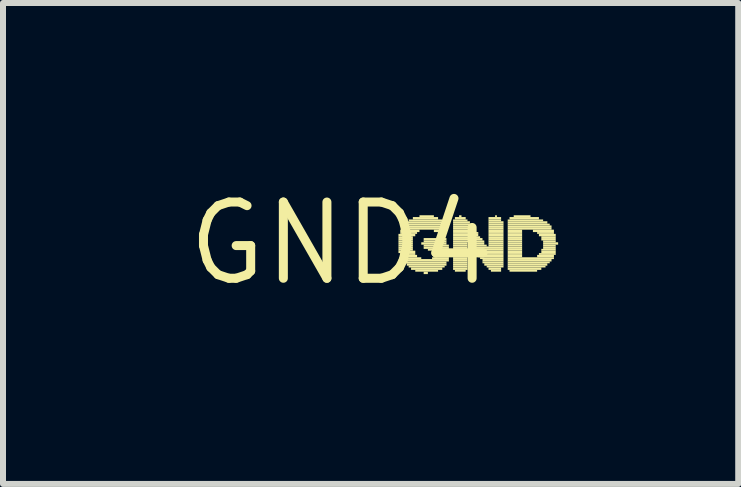
<source format=kicad_pcb>
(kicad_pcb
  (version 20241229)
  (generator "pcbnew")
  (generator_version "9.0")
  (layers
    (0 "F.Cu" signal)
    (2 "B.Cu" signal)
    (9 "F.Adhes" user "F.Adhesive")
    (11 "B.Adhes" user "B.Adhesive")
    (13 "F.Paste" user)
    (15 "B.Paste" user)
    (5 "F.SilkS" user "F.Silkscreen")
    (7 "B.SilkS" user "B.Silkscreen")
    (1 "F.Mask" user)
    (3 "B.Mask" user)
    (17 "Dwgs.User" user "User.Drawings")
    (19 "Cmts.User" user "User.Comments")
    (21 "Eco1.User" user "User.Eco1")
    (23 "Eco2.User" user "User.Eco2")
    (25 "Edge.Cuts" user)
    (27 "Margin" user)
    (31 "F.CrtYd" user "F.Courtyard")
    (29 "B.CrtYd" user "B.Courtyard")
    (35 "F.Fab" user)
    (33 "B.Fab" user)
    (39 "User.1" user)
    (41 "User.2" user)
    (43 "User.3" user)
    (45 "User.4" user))
  (footprint "GND4"
    (layer "F.Cu")
    (at 2.638 1.006)
    (property "Reference" "GND4" (at 0 0 0) (layer "F.SilkS") (effects (font (size 1.27 1.27) (thickness 0.15))))
    (attr through_hole)
    (fp_poly (pts (xy 0.95 -0.12) (xy 1.23 -0.12) (xy 1.23 -0.16) (xy 0.95 -0.16)) (stroke (width 0) (type solid)) (fill yes) (layer "F.SilkS"))
    (fp_poly (pts (xy 0.95 -0.09) (xy 1.19 -0.09) (xy 1.19 -0.12) (xy 0.95 -0.12)) (stroke (width 0) (type solid)) (fill yes) (layer "F.SilkS"))
    (fp_poly (pts (xy 0.95 -0.05) (xy 1.19 -0.05) (xy 1.19 -0.09) (xy 0.95 -0.09)) (stroke (width 0) (type solid)) (fill yes) (layer "F.SilkS"))
    (fp_poly (pts (xy 0.95 -0.02) (xy 1.19 -0.02) (xy 1.19 -0.05) (xy 0.95 -0.05)) (stroke (width 0) (type solid)) (fill yes) (layer "F.SilkS"))
    (fp_poly (pts (xy 0.95 0.02) (xy 1.19 0.02) (xy 1.19 -0.02) (xy 0.95 -0.02)) (stroke (width 0) (type solid)) (fill yes) (layer "F.SilkS"))
    (fp_poly (pts (xy 0.95 0.05) (xy 1.19 0.05) (xy 1.19 0.02) (xy 0.95 0.02)) (stroke (width 0) (type solid)) (fill yes) (layer "F.SilkS"))
    (fp_poly (pts (xy 0.95 0.09) (xy 1.19 0.09) (xy 1.19 0.05) (xy 0.95 0.05)) (stroke (width 0) (type solid)) (fill yes) (layer "F.SilkS"))
    (fp_poly (pts (xy 0.95 0.12) (xy 1.19 0.12) (xy 1.19 0.09) (xy 0.95 0.09)) (stroke (width 0) (type solid)) (fill yes) (layer "F.SilkS"))
    (fp_poly (pts (xy 0.95 0.16) (xy 1.23 0.16) (xy 1.23 0.12) (xy 0.95 0.12)) (stroke (width 0) (type solid)) (fill yes) (layer "F.SilkS"))
    (fp_poly (pts (xy 0.98 -0.19) (xy 1.3 -0.19) (xy 1.3 -0.23) (xy 0.98 -0.23)) (stroke (width 0) (type solid)) (fill yes) (layer "F.SilkS"))
    (fp_poly (pts (xy 0.98 -0.16) (xy 1.26 -0.16) (xy 1.26 -0.19) (xy 0.98 -0.19)) (stroke (width 0) (type solid)) (fill yes) (layer "F.SilkS"))
    (fp_poly (pts (xy 0.98 0.19) (xy 1.23 0.19) (xy 1.23 0.16) (xy 0.98 0.16)) (stroke (width 0) (type solid)) (fill yes) (layer "F.SilkS"))
    (fp_poly (pts (xy 0.98 0.23) (xy 1.26 0.23) (xy 1.26 0.19) (xy 0.98 0.19)) (stroke (width 0) (type solid)) (fill yes) (layer "F.SilkS"))
    (fp_poly (pts (xy 1.02 -0.26) (xy 1.72 -0.26) (xy 1.72 -0.3) (xy 1.02 -0.3)) (stroke (width 0) (type solid)) (fill yes) (layer "F.SilkS"))
    (fp_poly (pts (xy 1.02 -0.23) (xy 1.72 -0.23) (xy 1.72 -0.26) (xy 1.02 -0.26)) (stroke (width 0) (type solid)) (fill yes) (layer "F.SilkS"))
    (fp_poly (pts (xy 1.02 0.26) (xy 1.33 0.26) (xy 1.33 0.23) (xy 1.02 0.23)) (stroke (width 0) (type solid)) (fill yes) (layer "F.SilkS"))
    (fp_poly (pts (xy 1.02 0.3) (xy 1.79 0.3) (xy 1.79 0.26) (xy 1.02 0.26)) (stroke (width 0) (type solid)) (fill yes) (layer "F.SilkS"))
    (fp_poly (pts (xy 1.05 -0.3) (xy 1.75 -0.3) (xy 1.75 -0.33) (xy 1.05 -0.33)) (stroke (width 0) (type solid)) (fill yes) (layer "F.SilkS"))
    (fp_poly (pts (xy 1.05 0.33) (xy 1.75 0.33) (xy 1.75 0.3) (xy 1.05 0.3)) (stroke (width 0) (type solid)) (fill yes) (layer "F.SilkS"))
    (fp_poly (pts (xy 1.09 -0.33) (xy 1.72 -0.33) (xy 1.72 -0.37) (xy 1.09 -0.37)) (stroke (width 0) (type solid)) (fill yes) (layer "F.SilkS"))
    (fp_poly (pts (xy 1.09 0.37) (xy 1.75 0.37) (xy 1.75 0.33) (xy 1.09 0.33)) (stroke (width 0) (type solid)) (fill yes) (layer "F.SilkS"))
    (fp_poly (pts (xy 1.12 -0.37) (xy 1.68 -0.37) (xy 1.68 -0.4) (xy 1.12 -0.4)) (stroke (width 0) (type solid)) (fill yes) (layer "F.SilkS"))
    (fp_poly (pts (xy 1.12 0.4) (xy 1.72 0.4) (xy 1.72 0.37) (xy 1.12 0.37)) (stroke (width 0) (type solid)) (fill yes) (layer "F.SilkS"))
    (fp_poly (pts (xy 1.16 0.44) (xy 1.68 0.44) (xy 1.68 0.4) (xy 1.16 0.4)) (stroke (width 0) (type solid)) (fill yes) (layer "F.SilkS"))
    (fp_poly (pts (xy 1.19 -0.4) (xy 1.61 -0.4) (xy 1.61 -0.44) (xy 1.19 -0.44)) (stroke (width 0) (type solid)) (fill yes) (layer "F.SilkS"))
    (fp_poly (pts (xy 1.23 0.47) (xy 1.61 0.47) (xy 1.61 0.44) (xy 1.23 0.44)) (stroke (width 0) (type solid)) (fill yes) (layer "F.SilkS"))
    (fp_poly (pts (xy 1.3 -0.44) (xy 1.54 -0.44) (xy 1.54 -0.47) (xy 1.3 -0.47)) (stroke (width 0) (type solid)) (fill yes) (layer "F.SilkS"))
    (fp_poly (pts (xy 1.33 0.02) (xy 1.75 0.02) (xy 1.75 -0.02) (xy 1.33 -0.02)) (stroke (width 0) (type solid)) (fill yes) (layer "F.SilkS"))
    (fp_poly (pts (xy 1.37 -0.05) (xy 1.75 -0.05) (xy 1.75 -0.09) (xy 1.37 -0.09)) (stroke (width 0) (type solid)) (fill yes) (layer "F.SilkS"))
    (fp_poly (pts (xy 1.37 -0.02) (xy 1.75 -0.02) (xy 1.75 -0.05) (xy 1.37 -0.05)) (stroke (width 0) (type solid)) (fill yes) (layer "F.SilkS"))
    (fp_poly (pts (xy 1.37 0.05) (xy 1.79 0.05) (xy 1.79 0.02) (xy 1.37 0.02)) (stroke (width 0) (type solid)) (fill yes) (layer "F.SilkS"))
    (fp_poly (pts (xy 1.37 0.09) (xy 1.79 0.09) (xy 1.79 0.05) (xy 1.37 0.05)) (stroke (width 0) (type solid)) (fill yes) (layer "F.SilkS"))
    (fp_poly (pts (xy 1.37 0.51) (xy 1.44 0.51) (xy 1.44 0.47) (xy 1.37 0.47)) (stroke (width 0) (type solid)) (fill yes) (layer "F.SilkS"))
    (fp_poly (pts (xy 1.44 0.12) (xy 1.79 0.12) (xy 1.79 0.09) (xy 1.44 0.09)) (stroke (width 0) (type solid)) (fill yes) (layer "F.SilkS"))
    (fp_poly (pts (xy 1.51 0.26) (xy 1.79 0.26) (xy 1.79 0.23) (xy 1.51 0.23)) (stroke (width 0) (type solid)) (fill yes) (layer "F.SilkS"))
    (fp_poly (pts (xy 1.54 -0.19) (xy 1.68 -0.19) (xy 1.68 -0.23) (xy 1.54 -0.23)) (stroke (width 0) (type solid)) (fill yes) (layer "F.SilkS"))
    (fp_poly (pts (xy 1.54 0.16) (xy 1.79 0.16) (xy 1.79 0.12) (xy 1.54 0.12)) (stroke (width 0) (type solid)) (fill yes) (layer "F.SilkS"))
    (fp_poly (pts (xy 1.54 0.19) (xy 1.79 0.19) (xy 1.79 0.16) (xy 1.54 0.16)) (stroke (width 0) (type solid)) (fill yes) (layer "F.SilkS"))
    (fp_poly (pts (xy 1.54 0.23) (xy 1.79 0.23) (xy 1.79 0.19) (xy 1.54 0.19)) (stroke (width 0) (type solid)) (fill yes) (layer "F.SilkS"))
    (fp_poly (pts (xy 1.61 -0.16) (xy 1.65 -0.16) (xy 1.65 -0.19) (xy 1.61 -0.19)) (stroke (width 0) (type solid)) (fill yes) (layer "F.SilkS"))
    (fp_poly (pts (xy 1.86 -0.37) (xy 2.1 -0.37) (xy 2.1 -0.4) (xy 1.86 -0.4)) (stroke (width 0) (type solid)) (fill yes) (layer "F.SilkS"))
    (fp_poly (pts (xy 1.86 -0.33) (xy 2.14 -0.33) (xy 2.14 -0.37) (xy 1.86 -0.37)) (stroke (width 0) (type solid)) (fill yes) (layer "F.SilkS"))
    (fp_poly (pts (xy 1.86 -0.3) (xy 2.17 -0.3) (xy 2.17 -0.33) (xy 1.86 -0.33)) (stroke (width 0) (type solid)) (fill yes) (layer "F.SilkS"))
    (fp_poly (pts (xy 1.86 -0.26) (xy 2.17 -0.26) (xy 2.17 -0.3) (xy 1.86 -0.3)) (stroke (width 0) (type solid)) (fill yes) (layer "F.SilkS"))
    (fp_poly (pts (xy 1.86 -0.23) (xy 2.21 -0.23) (xy 2.21 -0.26) (xy 1.86 -0.26)) (stroke (width 0) (type solid)) (fill yes) (layer "F.SilkS"))
    (fp_poly (pts (xy 1.86 -0.19) (xy 2.24 -0.19) (xy 2.24 -0.23) (xy 1.86 -0.23)) (stroke (width 0) (type solid)) (fill yes) (layer "F.SilkS"))
    (fp_poly (pts (xy 1.86 -0.16) (xy 2.28 -0.16) (xy 2.28 -0.19) (xy 1.86 -0.19)) (stroke (width 0) (type solid)) (fill yes) (layer "F.SilkS"))
    (fp_poly (pts (xy 1.86 -0.12) (xy 2.28 -0.12) (xy 2.28 -0.16) (xy 1.86 -0.16)) (stroke (width 0) (type solid)) (fill yes) (layer "F.SilkS"))
    (fp_poly (pts (xy 1.86 -0.09) (xy 2.31 -0.09) (xy 2.31 -0.12) (xy 1.86 -0.12)) (stroke (width 0) (type solid)) (fill yes) (layer "F.SilkS"))
    (fp_poly (pts (xy 1.86 -0.05) (xy 2.35 -0.05) (xy 2.35 -0.09) (xy 1.86 -0.09)) (stroke (width 0) (type solid)) (fill yes) (layer "F.SilkS"))
    (fp_poly (pts (xy 1.86 -0.02) (xy 2.38 -0.02) (xy 2.38 -0.05) (xy 1.86 -0.05)) (stroke (width 0) (type solid)) (fill yes) (layer "F.SilkS"))
    (fp_poly (pts (xy 1.86 0.02) (xy 2.1 0.02) (xy 2.1 -0.02) (xy 1.86 -0.02)) (stroke (width 0) (type solid)) (fill yes) (layer "F.SilkS"))
    (fp_poly (pts (xy 1.86 0.05) (xy 2.1 0.05) (xy 2.1 0.02) (xy 1.86 0.02)) (stroke (width 0) (type solid)) (fill yes) (layer "F.SilkS"))
    (fp_poly (pts (xy 1.86 0.09) (xy 2.1 0.09) (xy 2.1 0.05) (xy 1.86 0.05)) (stroke (width 0) (type solid)) (fill yes) (layer "F.SilkS"))
    (fp_poly (pts (xy 1.86 0.12) (xy 2.1 0.12) (xy 2.1 0.09) (xy 1.86 0.09)) (stroke (width 0) (type solid)) (fill yes) (layer "F.SilkS"))
    (fp_poly (pts (xy 1.86 0.16) (xy 2.1 0.16) (xy 2.1 0.12) (xy 1.86 0.12)) (stroke (width 0) (type solid)) (fill yes) (layer "F.SilkS"))
    (fp_poly (pts (xy 1.86 0.19) (xy 2.1 0.19) (xy 2.1 0.16) (xy 1.86 0.16)) (stroke (width 0) (type solid)) (fill yes) (layer "F.SilkS"))
    (fp_poly (pts (xy 1.86 0.23) (xy 2.1 0.23) (xy 2.1 0.19) (xy 1.86 0.19)) (stroke (width 0) (type solid)) (fill yes) (layer "F.SilkS"))
    (fp_poly (pts (xy 1.86 0.26) (xy 2.1 0.26) (xy 2.1 0.23) (xy 1.86 0.23)) (stroke (width 0) (type solid)) (fill yes) (layer "F.SilkS"))
    (fp_poly (pts (xy 1.86 0.3) (xy 2.1 0.3) (xy 2.1 0.26) (xy 1.86 0.26)) (stroke (width 0) (type solid)) (fill yes) (layer "F.SilkS"))
    (fp_poly (pts (xy 1.86 0.33) (xy 2.1 0.33) (xy 2.1 0.3) (xy 1.86 0.3)) (stroke (width 0) (type solid)) (fill yes) (layer "F.SilkS"))
    (fp_poly (pts (xy 1.86 0.37) (xy 2.1 0.37) (xy 2.1 0.33) (xy 1.86 0.33)) (stroke (width 0) (type solid)) (fill yes) (layer "F.SilkS"))
    (fp_poly (pts (xy 1.86 0.4) (xy 2.1 0.4) (xy 2.1 0.37) (xy 1.86 0.37)) (stroke (width 0) (type solid)) (fill yes) (layer "F.SilkS"))
    (fp_poly (pts (xy 1.86 0.44) (xy 2.1 0.44) (xy 2.1 0.4) (xy 1.86 0.4)) (stroke (width 0) (type solid)) (fill yes) (layer "F.SilkS"))
    (fp_poly (pts (xy 1.89 -0.4) (xy 2.07 -0.4) (xy 2.07 -0.44) (xy 1.89 -0.44)) (stroke (width 0) (type solid)) (fill yes) (layer "F.SilkS"))
    (fp_poly (pts (xy 1.89 0.47) (xy 2.07 0.47) (xy 2.07 0.44) (xy 1.89 0.44)) (stroke (width 0) (type solid)) (fill yes) (layer "F.SilkS"))
    (fp_poly (pts (xy 1.96 -0.44) (xy 2 -0.44) (xy 2 -0.47) (xy 1.96 -0.47)) (stroke (width 0) (type solid)) (fill yes) (layer "F.SilkS"))
    (fp_poly (pts (xy 2.14 0.02) (xy 2.38 0.02) (xy 2.38 -0.02) (xy 2.14 -0.02)) (stroke (width 0) (type solid)) (fill yes) (layer "F.SilkS"))
    (fp_poly (pts (xy 2.14 0.05) (xy 2.42 0.05) (xy 2.42 0.02) (xy 2.14 0.02)) (stroke (width 0) (type solid)) (fill yes) (layer "F.SilkS"))
    (fp_poly (pts (xy 2.17 0.09) (xy 2.7 0.09) (xy 2.7 0.05) (xy 2.17 0.05)) (stroke (width 0) (type solid)) (fill yes) (layer "F.SilkS"))
    (fp_poly (pts (xy 2.21 0.12) (xy 2.7 0.12) (xy 2.7 0.09) (xy 2.21 0.09)) (stroke (width 0) (type solid)) (fill yes) (layer "F.SilkS"))
    (fp_poly (pts (xy 2.24 0.16) (xy 2.7 0.16) (xy 2.7 0.12) (xy 2.24 0.12)) (stroke (width 0) (type solid)) (fill yes) (layer "F.SilkS"))
    (fp_poly (pts (xy 2.24 0.19) (xy 2.7 0.19) (xy 2.7 0.16) (xy 2.24 0.16)) (stroke (width 0) (type solid)) (fill yes) (layer "F.SilkS"))
    (fp_poly (pts (xy 2.28 0.23) (xy 2.7 0.23) (xy 2.7 0.19) (xy 2.28 0.19)) (stroke (width 0) (type solid)) (fill yes) (layer "F.SilkS"))
    (fp_poly (pts (xy 2.31 0.26) (xy 2.7 0.26) (xy 2.7 0.23) (xy 2.31 0.23)) (stroke (width 0) (type solid)) (fill yes) (layer "F.SilkS"))
    (fp_poly (pts (xy 2.35 0.3) (xy 2.7 0.3) (xy 2.7 0.26) (xy 2.35 0.26)) (stroke (width 0) (type solid)) (fill yes) (layer "F.SilkS"))
    (fp_poly (pts (xy 2.35 0.33) (xy 2.7 0.33) (xy 2.7 0.3) (xy 2.35 0.3)) (stroke (width 0) (type solid)) (fill yes) (layer "F.SilkS"))
    (fp_poly (pts (xy 2.38 0.37) (xy 2.7 0.37) (xy 2.7 0.33) (xy 2.38 0.33)) (stroke (width 0) (type solid)) (fill yes) (layer "F.SilkS"))
    (fp_poly (pts (xy 2.42 0.4) (xy 2.7 0.4) (xy 2.7 0.37) (xy 2.42 0.37)) (stroke (width 0) (type solid)) (fill yes) (layer "F.SilkS"))
    (fp_poly (pts (xy 2.45 -0.4) (xy 2.66 -0.4) (xy 2.66 -0.44) (xy 2.45 -0.44)) (stroke (width 0) (type solid)) (fill yes) (layer "F.SilkS"))
    (fp_poly (pts (xy 2.45 -0.37) (xy 2.66 -0.37) (xy 2.66 -0.4) (xy 2.45 -0.4)) (stroke (width 0) (type solid)) (fill yes) (layer "F.SilkS"))
    (fp_poly (pts (xy 2.45 -0.33) (xy 2.7 -0.33) (xy 2.7 -0.37) (xy 2.45 -0.37)) (stroke (width 0) (type solid)) (fill yes) (layer "F.SilkS"))
    (fp_poly (pts (xy 2.45 -0.3) (xy 2.7 -0.3) (xy 2.7 -0.33) (xy 2.45 -0.33)) (stroke (width 0) (type solid)) (fill yes) (layer "F.SilkS"))
    (fp_poly (pts (xy 2.45 -0.26) (xy 2.7 -0.26) (xy 2.7 -0.3) (xy 2.45 -0.3)) (stroke (width 0) (type solid)) (fill yes) (layer "F.SilkS"))
    (fp_poly (pts (xy 2.45 -0.23) (xy 2.7 -0.23) (xy 2.7 -0.26) (xy 2.45 -0.26)) (stroke (width 0) (type solid)) (fill yes) (layer "F.SilkS"))
    (fp_poly (pts (xy 2.45 -0.19) (xy 2.7 -0.19) (xy 2.7 -0.23) (xy 2.45 -0.23)) (stroke (width 0) (type solid)) (fill yes) (layer "F.SilkS"))
    (fp_poly (pts (xy 2.45 -0.16) (xy 2.7 -0.16) (xy 2.7 -0.19) (xy 2.45 -0.19)) (stroke (width 0) (type solid)) (fill yes) (layer "F.SilkS"))
    (fp_poly (pts (xy 2.45 -0.12) (xy 2.7 -0.12) (xy 2.7 -0.16) (xy 2.45 -0.16)) (stroke (width 0) (type solid)) (fill yes) (layer "F.SilkS"))
    (fp_poly (pts (xy 2.45 -0.09) (xy 2.7 -0.09) (xy 2.7 -0.12) (xy 2.45 -0.12)) (stroke (width 0) (type solid)) (fill yes) (layer "F.SilkS"))
    (fp_poly (pts (xy 2.45 -0.05) (xy 2.7 -0.05) (xy 2.7 -0.09) (xy 2.45 -0.09)) (stroke (width 0) (type solid)) (fill yes) (layer "F.SilkS"))
    (fp_poly (pts (xy 2.45 -0.02) (xy 2.7 -0.02) (xy 2.7 -0.05) (xy 2.45 -0.05)) (stroke (width 0) (type solid)) (fill yes) (layer "F.SilkS"))
    (fp_poly (pts (xy 2.45 0.02) (xy 2.7 0.02) (xy 2.7 -0.02) (xy 2.45 -0.02)) (stroke (width 0) (type solid)) (fill yes) (layer "F.SilkS"))
    (fp_poly (pts (xy 2.45 0.05) (xy 2.7 0.05) (xy 2.7 0.02) (xy 2.45 0.02)) (stroke (width 0) (type solid)) (fill yes) (layer "F.SilkS"))
    (fp_poly (pts (xy 2.45 0.44) (xy 2.66 0.44) (xy 2.66 0.4) (xy 2.45 0.4)) (stroke (width 0) (type solid)) (fill yes) (layer "F.SilkS"))
    (fp_poly (pts (xy 2.49 0.47) (xy 2.66 0.47) (xy 2.66 0.44) (xy 2.49 0.44)) (stroke (width 0) (type solid)) (fill yes) (layer "F.SilkS"))
    (fp_poly (pts (xy 2.56 -0.44) (xy 2.59 -0.44) (xy 2.59 -0.47) (xy 2.56 -0.47)) (stroke (width 0) (type solid)) (fill yes) (layer "F.SilkS"))
    (fp_poly (pts (xy 2.77 -0.37) (xy 3.36 -0.37) (xy 3.36 -0.4) (xy 2.77 -0.4)) (stroke (width 0) (type solid)) (fill yes) (layer "F.SilkS"))
    (fp_poly (pts (xy 2.77 -0.33) (xy 3.43 -0.33) (xy 3.43 -0.37) (xy 2.77 -0.37)) (stroke (width 0) (type solid)) (fill yes) (layer "F.SilkS"))
    (fp_poly (pts (xy 2.77 -0.3) (xy 3.47 -0.3) (xy 3.47 -0.33) (xy 2.77 -0.33)) (stroke (width 0) (type solid)) (fill yes) (layer "F.SilkS"))
    (fp_poly (pts (xy 2.77 -0.26) (xy 3.5 -0.26) (xy 3.5 -0.3) (xy 2.77 -0.3)) (stroke (width 0) (type solid)) (fill yes) (layer "F.SilkS"))
    (fp_poly (pts (xy 2.77 -0.23) (xy 3.5 -0.23) (xy 3.5 -0.26) (xy 2.77 -0.26)) (stroke (width 0) (type solid)) (fill yes) (layer "F.SilkS"))
    (fp_poly (pts (xy 2.77 -0.19) (xy 3.01 -0.19) (xy 3.01 -0.23) (xy 2.77 -0.23)) (stroke (width 0) (type solid)) (fill yes) (layer "F.SilkS"))
    (fp_poly (pts (xy 2.77 -0.16) (xy 3.01 -0.16) (xy 3.01 -0.19) (xy 2.77 -0.19)) (stroke (width 0) (type solid)) (fill yes) (layer "F.SilkS"))
    (fp_poly (pts (xy 2.77 -0.12) (xy 3.01 -0.12) (xy 3.01 -0.16) (xy 2.77 -0.16)) (stroke (width 0) (type solid)) (fill yes) (layer "F.SilkS"))
    (fp_poly (pts (xy 2.77 -0.09) (xy 3.01 -0.09) (xy 3.01 -0.12) (xy 2.77 -0.12)) (stroke (width 0) (type solid)) (fill yes) (layer "F.SilkS"))
    (fp_poly (pts (xy 2.77 -0.05) (xy 3.01 -0.05) (xy 3.01 -0.09) (xy 2.77 -0.09)) (stroke (width 0) (type solid)) (fill yes) (layer "F.SilkS"))
    (fp_poly (pts (xy 2.77 -0.02) (xy 3.01 -0.02) (xy 3.01 -0.05) (xy 2.77 -0.05)) (stroke (width 0) (type solid)) (fill yes) (layer "F.SilkS"))
    (fp_poly (pts (xy 2.77 0.02) (xy 3.01 0.02) (xy 3.01 -0.02) (xy 2.77 -0.02)) (stroke (width 0) (type solid)) (fill yes) (layer "F.SilkS"))
    (fp_poly (pts (xy 2.77 0.05) (xy 3.01 0.05) (xy 3.01 0.02) (xy 2.77 0.02)) (stroke (width 0) (type solid)) (fill yes) (layer "F.SilkS"))
    (fp_poly (pts (xy 2.77 0.09) (xy 3.01 0.09) (xy 3.01 0.05) (xy 2.77 0.05)) (stroke (width 0) (type solid)) (fill yes) (layer "F.SilkS"))
    (fp_poly (pts (xy 2.77 0.12) (xy 3.01 0.12) (xy 3.01 0.09) (xy 2.77 0.09)) (stroke (width 0) (type solid)) (fill yes) (layer "F.SilkS"))
    (fp_poly (pts (xy 2.77 0.16) (xy 3.01 0.16) (xy 3.01 0.12) (xy 2.77 0.12)) (stroke (width 0) (type solid)) (fill yes) (layer "F.SilkS"))
    (fp_poly (pts (xy 2.77 0.19) (xy 3.01 0.19) (xy 3.01 0.16) (xy 2.77 0.16)) (stroke (width 0) (type solid)) (fill yes) (layer "F.SilkS"))
    (fp_poly (pts (xy 2.77 0.23) (xy 3.01 0.23) (xy 3.01 0.19) (xy 2.77 0.19)) (stroke (width 0) (type solid)) (fill yes) (layer "F.SilkS"))
    (fp_poly (pts (xy 2.77 0.26) (xy 3.54 0.26) (xy 3.54 0.23) (xy 2.77 0.23)) (stroke (width 0) (type solid)) (fill yes) (layer "F.SilkS"))
    (fp_poly (pts (xy 2.77 0.3) (xy 3.5 0.3) (xy 3.5 0.26) (xy 2.77 0.26)) (stroke (width 0) (type solid)) (fill yes) (layer "F.SilkS"))
    (fp_poly (pts (xy 2.77 0.33) (xy 3.47 0.33) (xy 3.47 0.3) (xy 2.77 0.3)) (stroke (width 0) (type solid)) (fill yes) (layer "F.SilkS"))
    (fp_poly (pts (xy 2.77 0.37) (xy 3.43 0.37) (xy 3.43 0.33) (xy 2.77 0.33)) (stroke (width 0) (type solid)) (fill yes) (layer "F.SilkS"))
    (fp_poly (pts (xy 2.77 0.4) (xy 3.4 0.4) (xy 3.4 0.37) (xy 2.77 0.37)) (stroke (width 0) (type solid)) (fill yes) (layer "F.SilkS"))
    (fp_poly (pts (xy 2.77 0.44) (xy 3.33 0.44) (xy 3.33 0.4) (xy 2.77 0.4)) (stroke (width 0) (type solid)) (fill yes) (layer "F.SilkS"))
    (fp_poly (pts (xy 2.8 -0.4) (xy 3.29 -0.4) (xy 3.29 -0.44) (xy 2.8 -0.44)) (stroke (width 0) (type solid)) (fill yes) (layer "F.SilkS"))
    (fp_poly (pts (xy 2.8 0.47) (xy 3.26 0.47) (xy 3.26 0.44) (xy 2.8 0.44)) (stroke (width 0) (type solid)) (fill yes) (layer "F.SilkS"))
    (fp_poly (pts (xy 2.87 -0.44) (xy 3.15 -0.44) (xy 3.15 -0.47) (xy 2.87 -0.47)) (stroke (width 0) (type solid)) (fill yes) (layer "F.SilkS"))
    (fp_poly (pts (xy 3.19 -0.19) (xy 3.54 -0.19) (xy 3.54 -0.23) (xy 3.19 -0.23)) (stroke (width 0) (type solid)) (fill yes) (layer "F.SilkS"))
    (fp_poly (pts (xy 3.26 -0.16) (xy 3.54 -0.16) (xy 3.54 -0.19) (xy 3.26 -0.19)) (stroke (width 0) (type solid)) (fill yes) (layer "F.SilkS"))
    (fp_poly (pts (xy 3.26 0.23) (xy 3.54 0.23) (xy 3.54 0.19) (xy 3.26 0.19)) (stroke (width 0) (type solid)) (fill yes) (layer "F.SilkS"))
    (fp_poly (pts (xy 3.29 -0.12) (xy 3.57 -0.12) (xy 3.57 -0.16) (xy 3.29 -0.16)) (stroke (width 0) (type solid)) (fill yes) (layer "F.SilkS"))
    (fp_poly (pts (xy 3.29 0.19) (xy 3.57 0.19) (xy 3.57 0.16) (xy 3.29 0.16)) (stroke (width 0) (type solid)) (fill yes) (layer "F.SilkS"))
    (fp_poly (pts (xy 3.33 -0.09) (xy 3.57 -0.09) (xy 3.57 -0.12) (xy 3.33 -0.12)) (stroke (width 0) (type solid)) (fill yes) (layer "F.SilkS"))
    (fp_poly (pts (xy 3.33 -0.05) (xy 3.57 -0.05) (xy 3.57 -0.09) (xy 3.33 -0.09)) (stroke (width 0) (type solid)) (fill yes) (layer "F.SilkS"))
    (fp_poly (pts (xy 3.33 0.12) (xy 3.57 0.12) (xy 3.57 0.09) (xy 3.33 0.09)) (stroke (width 0) (type solid)) (fill yes) (layer "F.SilkS"))
    (fp_poly (pts (xy 3.33 0.16) (xy 3.57 0.16) (xy 3.57 0.12) (xy 3.33 0.12)) (stroke (width 0) (type solid)) (fill yes) (layer "F.SilkS"))
    (fp_poly (pts (xy 3.36 -0.02) (xy 3.57 -0.02) (xy 3.57 -0.05) (xy 3.36 -0.05)) (stroke (width 0) (type solid)) (fill yes) (layer "F.SilkS"))
    (fp_poly (pts (xy 3.36 0.02) (xy 3.61 0.02) (xy 3.61 -0.02) (xy 3.36 -0.02)) (stroke (width 0) (type solid)) (fill yes) (layer "F.SilkS"))
    (fp_poly (pts (xy 3.36 0.05) (xy 3.57 0.05) (xy 3.57 0.02) (xy 3.36 0.02)) (stroke (width 0) (type solid)) (fill yes) (layer "F.SilkS"))
    (fp_poly (pts (xy 3.36 0.09) (xy 3.57 0.09) (xy 3.57 0.05) (xy 3.36 0.05)) (stroke (width 0) (type solid)) (fill yes) (layer "F.SilkS")))
  (gr_rect
    (start -3 -3)
    (end 9.248 5.012)
    (stroke (width 0.1) (type default))
    (fill no)
    (layer "Edge.Cuts")))
</source>
